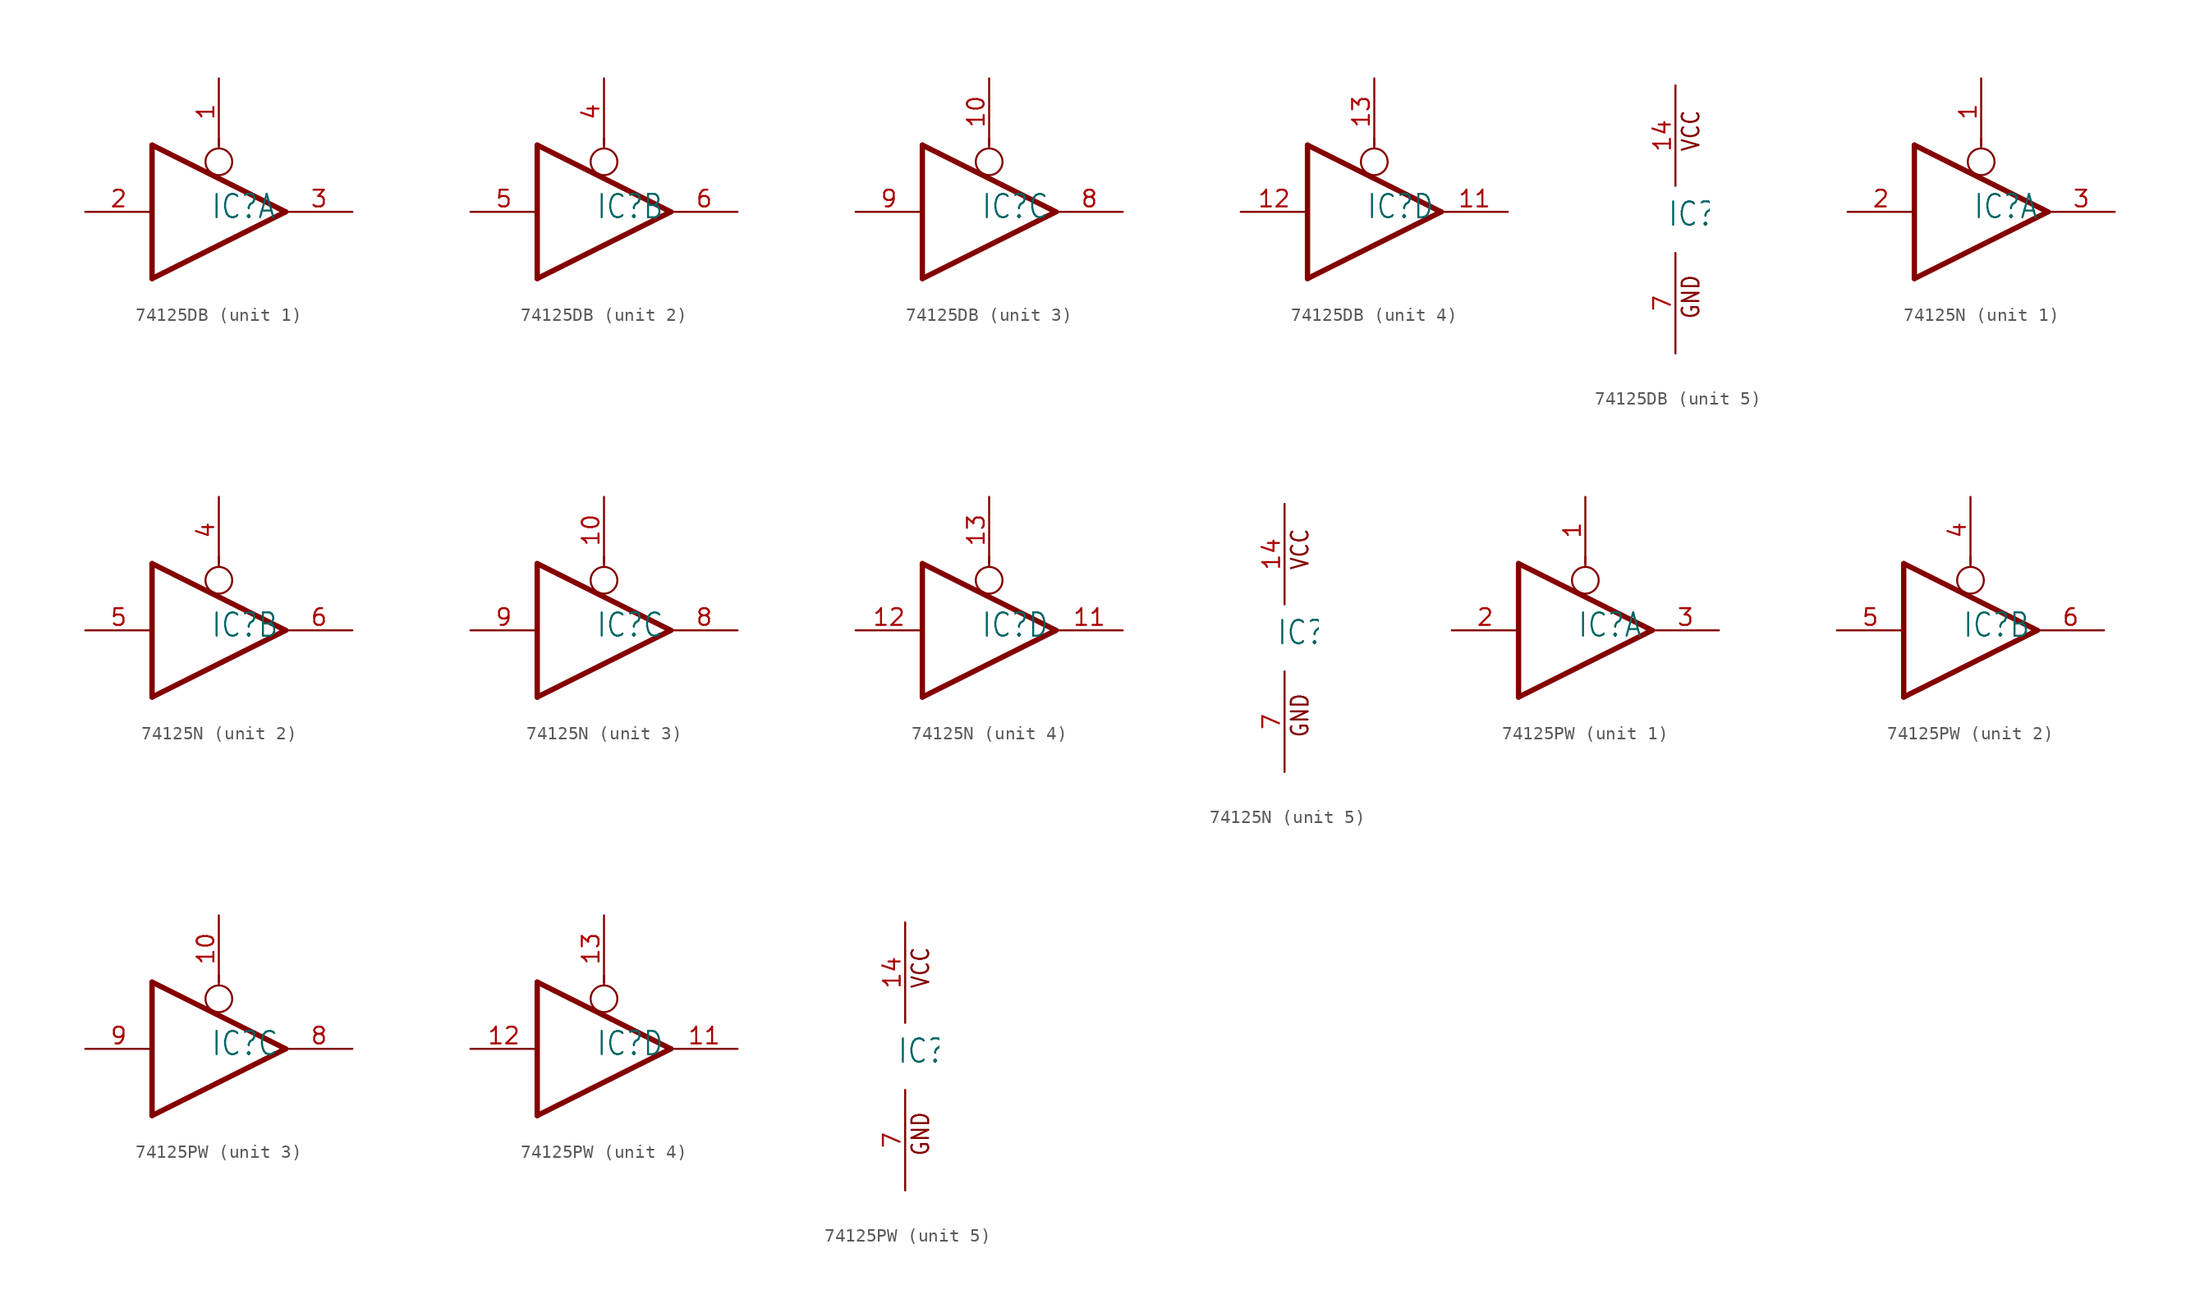
<source format=kicad_sym>
(kicad_symbol_lib
  (version 20220914)
  (generator kicad_symbol_editor)
  (symbol "74125DB"
    (property "Reference" "IC"
      (at -0.635 -0.635 0)
      (effects (font (size 1.778 1.511)) (justify left bottom)))
    (property "ki_locked" ""
      (at 0 0 0)
      (effects (font (size 1.27 1.27))))
    (symbol "74125DB_1_0"
      (polyline (pts (xy -5.08 -5.08) (xy -5.08 5.08)) (stroke (width 0.406) (type solid)) (fill (type none)))
      (polyline (pts (xy 0 4.826) (xy 0 5.588)) (stroke (width 0.152) (type solid)) (fill (type none)))
      (polyline (pts (xy 5.08 0) (xy -5.08 -5.08)) (stroke (width 0.406) (type solid)) (fill (type none)))
      (polyline (pts (xy 5.08 0) (xy -5.08 5.08)) (stroke (width 0.406) (type solid)) (fill (type none)))
      (circle (center 0 3.81) (radius 1.016) (stroke (width 0.152) (type solid)) (fill (type none)))
      (pin input line (at 0 10.16 270) (length 5.08) (name "OE" (effects (font (size 0 0)))) (number "1" (effects (font (size 1.27 1.27)))))
      (pin input line (at -10.16 0 0) (length 5.08) (name "I" (effects (font (size 0 0)))) (number "2" (effects (font (size 1.27 1.27)))))
      (pin tri_state line (at 10.16 0 180) (length 5.08) (name "O" (effects (font (size 0 0)))) (number "3" (effects (font (size 1.27 1.27))))))
    (symbol "74125DB_2_0"
      (polyline (pts (xy -5.08 -5.08) (xy -5.08 5.08)) (stroke (width 0.406) (type solid)) (fill (type none)))
      (polyline (pts (xy 0 4.826) (xy 0 5.588)) (stroke (width 0.152) (type solid)) (fill (type none)))
      (polyline (pts (xy 5.08 0) (xy -5.08 -5.08)) (stroke (width 0.406) (type solid)) (fill (type none)))
      (polyline (pts (xy 5.08 0) (xy -5.08 5.08)) (stroke (width 0.406) (type solid)) (fill (type none)))
      (circle (center 0 3.81) (radius 1.016) (stroke (width 0.152) (type solid)) (fill (type none)))
      (pin input line (at 0 10.16 270) (length 5.08) (name "OE" (effects (font (size 0 0)))) (number "4" (effects (font (size 1.27 1.27)))))
      (pin input line (at -10.16 0 0) (length 5.08) (name "I" (effects (font (size 0 0)))) (number "5" (effects (font (size 1.27 1.27)))))
      (pin tri_state line (at 10.16 0 180) (length 5.08) (name "O" (effects (font (size 0 0)))) (number "6" (effects (font (size 1.27 1.27))))))
    (symbol "74125DB_3_0"
      (polyline (pts (xy -5.08 -5.08) (xy -5.08 5.08)) (stroke (width 0.406) (type solid)) (fill (type none)))
      (polyline (pts (xy 0 4.826) (xy 0 5.588)) (stroke (width 0.152) (type solid)) (fill (type none)))
      (polyline (pts (xy 5.08 0) (xy -5.08 -5.08)) (stroke (width 0.406) (type solid)) (fill (type none)))
      (polyline (pts (xy 5.08 0) (xy -5.08 5.08)) (stroke (width 0.406) (type solid)) (fill (type none)))
      (circle (center 0 3.81) (radius 1.016) (stroke (width 0.152) (type solid)) (fill (type none)))
      (pin input line (at 0 10.16 270) (length 5.08) (name "OE" (effects (font (size 0 0)))) (number "10" (effects (font (size 1.27 1.27)))))
      (pin tri_state line (at 10.16 0 180) (length 5.08) (name "O" (effects (font (size 0 0)))) (number "8" (effects (font (size 1.27 1.27)))))
      (pin input line (at -10.16 0 0) (length 5.08) (name "I" (effects (font (size 0 0)))) (number "9" (effects (font (size 1.27 1.27))))))
    (symbol "74125DB_4_0"
      (polyline (pts (xy -5.08 -5.08) (xy -5.08 5.08)) (stroke (width 0.406) (type solid)) (fill (type none)))
      (polyline (pts (xy 0 4.826) (xy 0 5.588)) (stroke (width 0.152) (type solid)) (fill (type none)))
      (polyline (pts (xy 5.08 0) (xy -5.08 -5.08)) (stroke (width 0.406) (type solid)) (fill (type none)))
      (polyline (pts (xy 5.08 0) (xy -5.08 5.08)) (stroke (width 0.406) (type solid)) (fill (type none)))
      (circle (center 0 3.81) (radius 1.016) (stroke (width 0.152) (type solid)) (fill (type none)))
      (pin tri_state line (at 10.16 0 180) (length 5.08) (name "O" (effects (font (size 0 0)))) (number "11" (effects (font (size 1.27 1.27)))))
      (pin input line (at -10.16 0 0) (length 5.08) (name "I" (effects (font (size 0 0)))) (number "12" (effects (font (size 1.27 1.27)))))
      (pin input line (at 0 10.16 270) (length 5.08) (name "OE" (effects (font (size 0 0)))) (number "13" (effects (font (size 1.27 1.27))))))
    (symbol "74125DB_5_0"
      (text "GND" (at 1.905 -7.62 900) (effects (font (size 1.27 1.079)) (justify left bottom)))
      (text "VCC" (at 1.905 5.08 900) (effects (font (size 1.27 1.079)) (justify left bottom)))
      (pin power_in line (at 0 10.16 270) (length 7.62) (name "VCC" (effects (font (size 0 0)))) (number "14" (effects (font (size 1.27 1.27)))))
      (pin power_in line (at 0 -10.16 90) (length 7.62) (name "GND" (effects (font (size 0 0)))) (number "7" (effects (font (size 1.27 1.27)))))))
  (symbol "74125N"
    (property "Reference" "IC"
      (at -0.635 -0.635 0)
      (effects (font (size 1.778 1.511)) (justify left bottom)))
    (property "ki_locked" ""
      (at 0 0 0)
      (effects (font (size 1.27 1.27))))
    (symbol "74125N_1_0"
      (polyline (pts (xy -5.08 -5.08) (xy -5.08 5.08)) (stroke (width 0.406) (type solid)) (fill (type none)))
      (polyline (pts (xy 0 4.826) (xy 0 5.588)) (stroke (width 0.152) (type solid)) (fill (type none)))
      (polyline (pts (xy 5.08 0) (xy -5.08 -5.08)) (stroke (width 0.406) (type solid)) (fill (type none)))
      (polyline (pts (xy 5.08 0) (xy -5.08 5.08)) (stroke (width 0.406) (type solid)) (fill (type none)))
      (circle (center 0 3.81) (radius 1.016) (stroke (width 0.152) (type solid)) (fill (type none)))
      (pin input line (at 0 10.16 270) (length 5.08) (name "OE" (effects (font (size 0 0)))) (number "1" (effects (font (size 1.27 1.27)))))
      (pin input line (at -10.16 0 0) (length 5.08) (name "I" (effects (font (size 0 0)))) (number "2" (effects (font (size 1.27 1.27)))))
      (pin tri_state line (at 10.16 0 180) (length 5.08) (name "O" (effects (font (size 0 0)))) (number "3" (effects (font (size 1.27 1.27))))))
    (symbol "74125N_2_0"
      (polyline (pts (xy -5.08 -5.08) (xy -5.08 5.08)) (stroke (width 0.406) (type solid)) (fill (type none)))
      (polyline (pts (xy 0 4.826) (xy 0 5.588)) (stroke (width 0.152) (type solid)) (fill (type none)))
      (polyline (pts (xy 5.08 0) (xy -5.08 -5.08)) (stroke (width 0.406) (type solid)) (fill (type none)))
      (polyline (pts (xy 5.08 0) (xy -5.08 5.08)) (stroke (width 0.406) (type solid)) (fill (type none)))
      (circle (center 0 3.81) (radius 1.016) (stroke (width 0.152) (type solid)) (fill (type none)))
      (pin input line (at 0 10.16 270) (length 5.08) (name "OE" (effects (font (size 0 0)))) (number "4" (effects (font (size 1.27 1.27)))))
      (pin input line (at -10.16 0 0) (length 5.08) (name "I" (effects (font (size 0 0)))) (number "5" (effects (font (size 1.27 1.27)))))
      (pin tri_state line (at 10.16 0 180) (length 5.08) (name "O" (effects (font (size 0 0)))) (number "6" (effects (font (size 1.27 1.27))))))
    (symbol "74125N_3_0"
      (polyline (pts (xy -5.08 -5.08) (xy -5.08 5.08)) (stroke (width 0.406) (type solid)) (fill (type none)))
      (polyline (pts (xy 0 4.826) (xy 0 5.588)) (stroke (width 0.152) (type solid)) (fill (type none)))
      (polyline (pts (xy 5.08 0) (xy -5.08 -5.08)) (stroke (width 0.406) (type solid)) (fill (type none)))
      (polyline (pts (xy 5.08 0) (xy -5.08 5.08)) (stroke (width 0.406) (type solid)) (fill (type none)))
      (circle (center 0 3.81) (radius 1.016) (stroke (width 0.152) (type solid)) (fill (type none)))
      (pin input line (at 0 10.16 270) (length 5.08) (name "OE" (effects (font (size 0 0)))) (number "10" (effects (font (size 1.27 1.27)))))
      (pin tri_state line (at 10.16 0 180) (length 5.08) (name "O" (effects (font (size 0 0)))) (number "8" (effects (font (size 1.27 1.27)))))
      (pin input line (at -10.16 0 0) (length 5.08) (name "I" (effects (font (size 0 0)))) (number "9" (effects (font (size 1.27 1.27))))))
    (symbol "74125N_4_0"
      (polyline (pts (xy -5.08 -5.08) (xy -5.08 5.08)) (stroke (width 0.406) (type solid)) (fill (type none)))
      (polyline (pts (xy 0 4.826) (xy 0 5.588)) (stroke (width 0.152) (type solid)) (fill (type none)))
      (polyline (pts (xy 5.08 0) (xy -5.08 -5.08)) (stroke (width 0.406) (type solid)) (fill (type none)))
      (polyline (pts (xy 5.08 0) (xy -5.08 5.08)) (stroke (width 0.406) (type solid)) (fill (type none)))
      (circle (center 0 3.81) (radius 1.016) (stroke (width 0.152) (type solid)) (fill (type none)))
      (pin tri_state line (at 10.16 0 180) (length 5.08) (name "O" (effects (font (size 0 0)))) (number "11" (effects (font (size 1.27 1.27)))))
      (pin input line (at -10.16 0 0) (length 5.08) (name "I" (effects (font (size 0 0)))) (number "12" (effects (font (size 1.27 1.27)))))
      (pin input line (at 0 10.16 270) (length 5.08) (name "OE" (effects (font (size 0 0)))) (number "13" (effects (font (size 1.27 1.27))))))
    (symbol "74125N_5_0"
      (text "GND" (at 1.905 -7.62 900) (effects (font (size 1.27 1.079)) (justify left bottom)))
      (text "VCC" (at 1.905 5.08 900) (effects (font (size 1.27 1.079)) (justify left bottom)))
      (pin power_in line (at 0 10.16 270) (length 7.62) (name "VCC" (effects (font (size 0 0)))) (number "14" (effects (font (size 1.27 1.27)))))
      (pin power_in line (at 0 -10.16 90) (length 7.62) (name "GND" (effects (font (size 0 0)))) (number "7" (effects (font (size 1.27 1.27)))))))
  (symbol "74125PW"
    (property "Reference" "IC"
      (at -0.635 -0.635 0)
      (effects (font (size 1.778 1.511)) (justify left bottom)))
    (property "ki_locked" ""
      (at 0 0 0)
      (effects (font (size 1.27 1.27))))
    (symbol "74125PW_1_0"
      (polyline (pts (xy -5.08 -5.08) (xy -5.08 5.08)) (stroke (width 0.406) (type solid)) (fill (type none)))
      (polyline (pts (xy 0 4.826) (xy 0 5.588)) (stroke (width 0.152) (type solid)) (fill (type none)))
      (polyline (pts (xy 5.08 0) (xy -5.08 -5.08)) (stroke (width 0.406) (type solid)) (fill (type none)))
      (polyline (pts (xy 5.08 0) (xy -5.08 5.08)) (stroke (width 0.406) (type solid)) (fill (type none)))
      (circle (center 0 3.81) (radius 1.016) (stroke (width 0.152) (type solid)) (fill (type none)))
      (pin input line (at 0 10.16 270) (length 5.08) (name "OE" (effects (font (size 0 0)))) (number "1" (effects (font (size 1.27 1.27)))))
      (pin input line (at -10.16 0 0) (length 5.08) (name "I" (effects (font (size 0 0)))) (number "2" (effects (font (size 1.27 1.27)))))
      (pin tri_state line (at 10.16 0 180) (length 5.08) (name "O" (effects (font (size 0 0)))) (number "3" (effects (font (size 1.27 1.27))))))
    (symbol "74125PW_2_0"
      (polyline (pts (xy -5.08 -5.08) (xy -5.08 5.08)) (stroke (width 0.406) (type solid)) (fill (type none)))
      (polyline (pts (xy 0 4.826) (xy 0 5.588)) (stroke (width 0.152) (type solid)) (fill (type none)))
      (polyline (pts (xy 5.08 0) (xy -5.08 -5.08)) (stroke (width 0.406) (type solid)) (fill (type none)))
      (polyline (pts (xy 5.08 0) (xy -5.08 5.08)) (stroke (width 0.406) (type solid)) (fill (type none)))
      (circle (center 0 3.81) (radius 1.016) (stroke (width 0.152) (type solid)) (fill (type none)))
      (pin input line (at 0 10.16 270) (length 5.08) (name "OE" (effects (font (size 0 0)))) (number "4" (effects (font (size 1.27 1.27)))))
      (pin input line (at -10.16 0 0) (length 5.08) (name "I" (effects (font (size 0 0)))) (number "5" (effects (font (size 1.27 1.27)))))
      (pin tri_state line (at 10.16 0 180) (length 5.08) (name "O" (effects (font (size 0 0)))) (number "6" (effects (font (size 1.27 1.27))))))
    (symbol "74125PW_3_0"
      (polyline (pts (xy -5.08 -5.08) (xy -5.08 5.08)) (stroke (width 0.406) (type solid)) (fill (type none)))
      (polyline (pts (xy 0 4.826) (xy 0 5.588)) (stroke (width 0.152) (type solid)) (fill (type none)))
      (polyline (pts (xy 5.08 0) (xy -5.08 -5.08)) (stroke (width 0.406) (type solid)) (fill (type none)))
      (polyline (pts (xy 5.08 0) (xy -5.08 5.08)) (stroke (width 0.406) (type solid)) (fill (type none)))
      (circle (center 0 3.81) (radius 1.016) (stroke (width 0.152) (type solid)) (fill (type none)))
      (pin input line (at 0 10.16 270) (length 5.08) (name "OE" (effects (font (size 0 0)))) (number "10" (effects (font (size 1.27 1.27)))))
      (pin tri_state line (at 10.16 0 180) (length 5.08) (name "O" (effects (font (size 0 0)))) (number "8" (effects (font (size 1.27 1.27)))))
      (pin input line (at -10.16 0 0) (length 5.08) (name "I" (effects (font (size 0 0)))) (number "9" (effects (font (size 1.27 1.27))))))
    (symbol "74125PW_4_0"
      (polyline (pts (xy -5.08 -5.08) (xy -5.08 5.08)) (stroke (width 0.406) (type solid)) (fill (type none)))
      (polyline (pts (xy 0 4.826) (xy 0 5.588)) (stroke (width 0.152) (type solid)) (fill (type none)))
      (polyline (pts (xy 5.08 0) (xy -5.08 -5.08)) (stroke (width 0.406) (type solid)) (fill (type none)))
      (polyline (pts (xy 5.08 0) (xy -5.08 5.08)) (stroke (width 0.406) (type solid)) (fill (type none)))
      (circle (center 0 3.81) (radius 1.016) (stroke (width 0.152) (type solid)) (fill (type none)))
      (pin tri_state line (at 10.16 0 180) (length 5.08) (name "O" (effects (font (size 0 0)))) (number "11" (effects (font (size 1.27 1.27)))))
      (pin input line (at -10.16 0 0) (length 5.08) (name "I" (effects (font (size 0 0)))) (number "12" (effects (font (size 1.27 1.27)))))
      (pin input line (at 0 10.16 270) (length 5.08) (name "OE" (effects (font (size 0 0)))) (number "13" (effects (font (size 1.27 1.27))))))
    (symbol "74125PW_5_0"
      (text "GND" (at 1.905 -7.62 900) (effects (font (size 1.27 1.079)) (justify left bottom)))
      (text "VCC" (at 1.905 5.08 900) (effects (font (size 1.27 1.079)) (justify left bottom)))
      (pin power_in line (at 0 10.16 270) (length 7.62) (name "VCC" (effects (font (size 0 0)))) (number "14" (effects (font (size 1.27 1.27)))))
      (pin power_in line (at 0 -10.16 90) (length 7.62) (name "GND" (effects (font (size 0 0)))) (number "7" (effects (font (size 1.27 1.27))))))))
</source>
